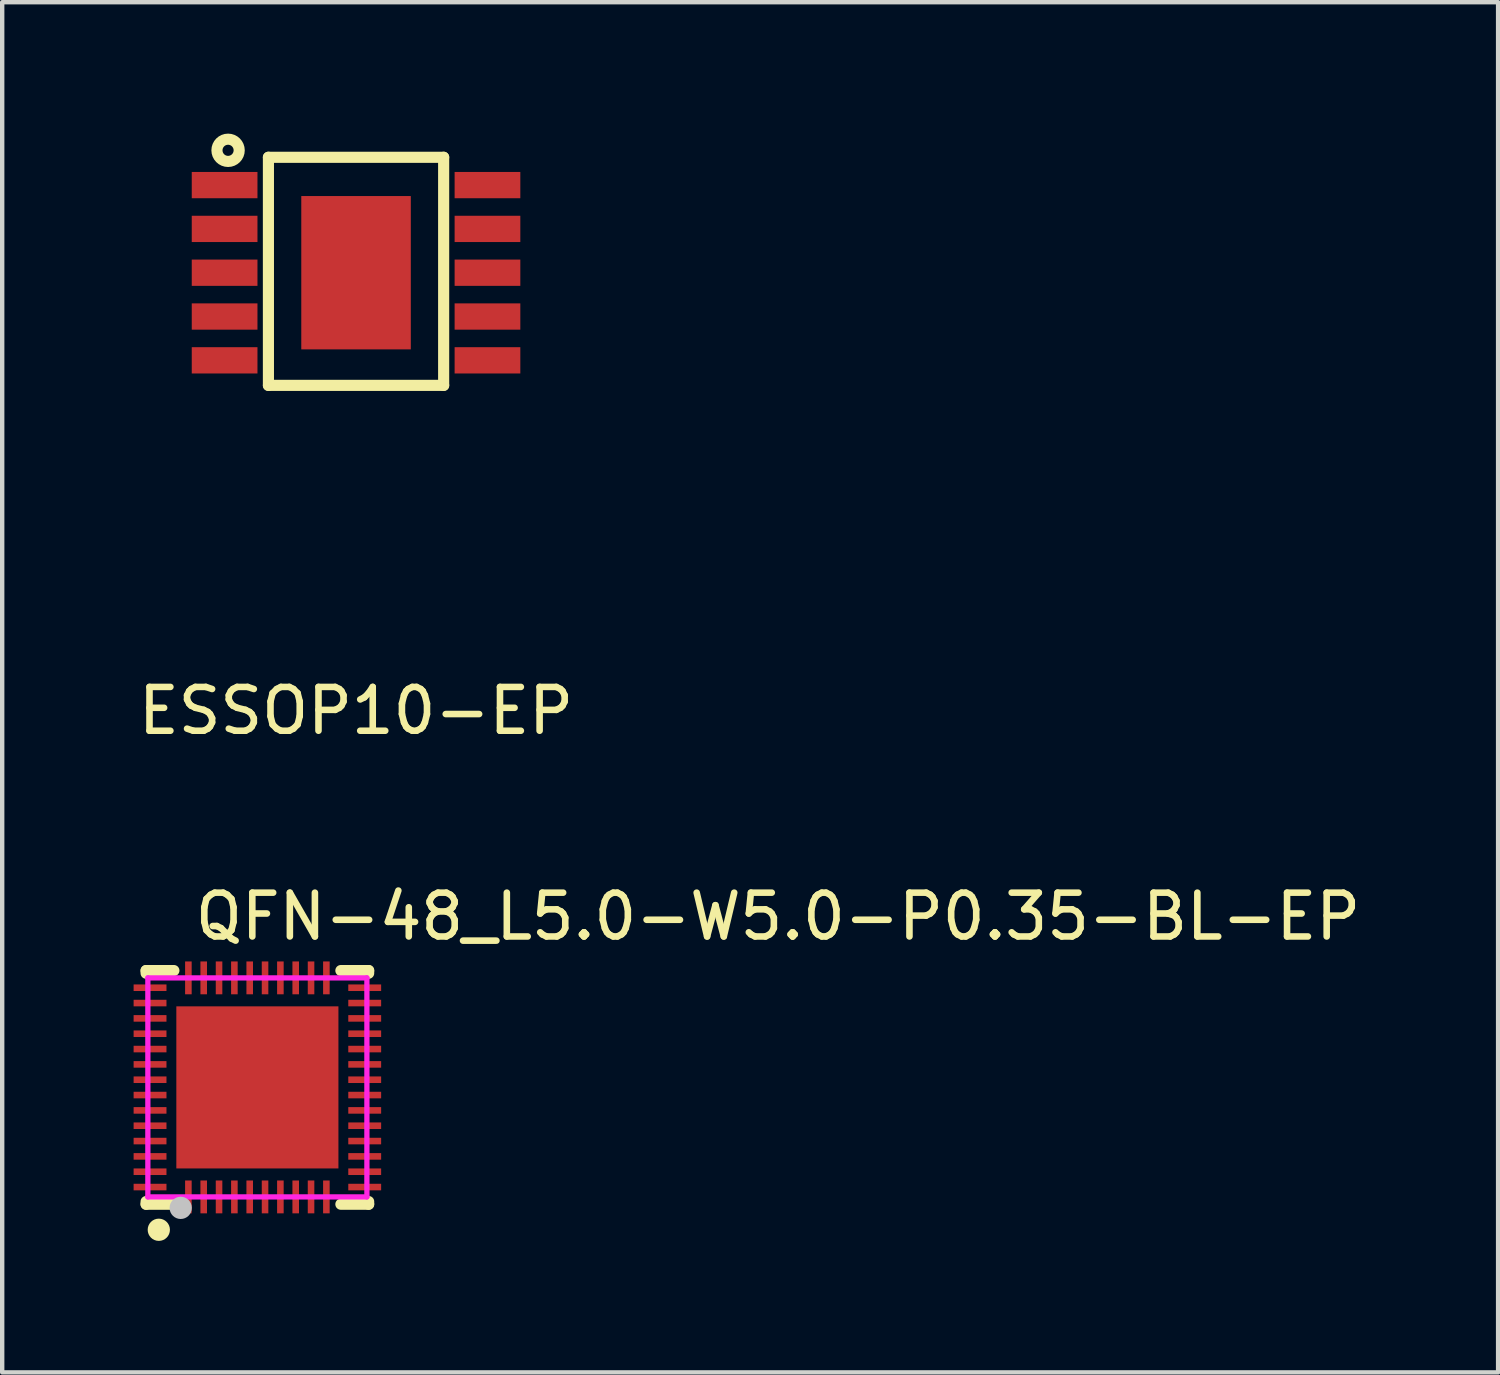
<source format=kicad_pcb>
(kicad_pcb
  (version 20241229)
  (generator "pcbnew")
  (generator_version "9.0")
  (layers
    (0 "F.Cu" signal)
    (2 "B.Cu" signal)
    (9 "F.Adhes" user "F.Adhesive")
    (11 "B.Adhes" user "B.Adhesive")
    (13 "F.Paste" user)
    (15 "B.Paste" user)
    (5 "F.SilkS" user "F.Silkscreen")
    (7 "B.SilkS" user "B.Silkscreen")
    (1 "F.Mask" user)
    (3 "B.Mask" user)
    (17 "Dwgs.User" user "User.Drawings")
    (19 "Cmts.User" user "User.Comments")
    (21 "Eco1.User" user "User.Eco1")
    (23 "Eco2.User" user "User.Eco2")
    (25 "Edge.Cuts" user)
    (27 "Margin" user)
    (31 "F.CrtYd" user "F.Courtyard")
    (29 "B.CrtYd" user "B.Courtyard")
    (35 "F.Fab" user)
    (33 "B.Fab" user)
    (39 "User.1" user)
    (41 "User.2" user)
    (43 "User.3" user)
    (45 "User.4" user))
  (footprint "QFN-48_L5.0-W5.0-P0.35-BL-EP"
    (layer "F.Cu")
    (at 2.825 21.771)
    (property "Reference" "QFN-48_L5.0-W5.0-P0.35-BL-EP" (at -1.5 -3.9 0) (layer "F.SilkS") (effects (font (size 1 1) (thickness 0.15)) (justify left)))
    (attr through_hole)
    (fp_line (start -2.54 -2.667) (end -2.54 -2.606) (stroke (width 0.254) (type solid)) (layer "F.SilkS"))
    (fp_line (start -2.54 2.606) (end -2.54 2.667) (stroke (width 0.254) (type solid)) (layer "F.SilkS"))
    (fp_line (start -2.54 2.667) (end -1.906 2.667) (stroke (width 0.254) (type solid)) (layer "F.SilkS"))
    (fp_line (start -1.906 -2.667) (end -2.54 -2.667) (stroke (width 0.254) (type solid)) (layer "F.SilkS"))
    (fp_line (start 1.906 2.667) (end 2.54 2.667) (stroke (width 0.254) (type solid)) (layer "F.SilkS"))
    (fp_line (start 2.54 -2.667) (end 1.906 -2.667) (stroke (width 0.254) (type solid)) (layer "F.SilkS"))
    (fp_line (start 2.54 -2.606) (end 2.54 -2.667) (stroke (width 0.254) (type solid)) (layer "F.SilkS"))
    (fp_line (start 2.54 2.667) (end 2.54 2.606) (stroke (width 0.254) (type solid)) (layer "F.SilkS"))
    (fp_circle (center -2.25 3.25) (end -2.123 3.25) (stroke (width 0.254) (type solid)) (fill no) (layer "F.SilkS"))
    (fp_circle (center -1.75 2.75) (end -1.623 2.75) (stroke (width 0.254) (type solid)) (fill no) (layer "Dwgs.User"))
    (fp_circle (center -2.5 2.5) (end -2.47 2.5) (stroke (width 0.06) (type solid)) (fill no) (layer "Eco2.User"))
    (fp_poly (pts (xy -2.5 -2.375) (xy -2.1 -2.375) (xy -2.1 -2.175) (xy -2.5 -2.175)) (stroke (width 0.12) (type solid)) (fill no) (layer "Eco2.User"))
    (fp_poly (pts (xy -2.5 -2.025) (xy -2.1 -2.025) (xy -2.1 -1.825) (xy -2.5 -1.825)) (stroke (width 0.12) (type solid)) (fill no) (layer "Eco2.User"))
    (fp_poly (pts (xy -2.5 -1.675) (xy -2.1 -1.675) (xy -2.1 -1.475) (xy -2.5 -1.475)) (stroke (width 0.12) (type solid)) (fill no) (layer "Eco2.User"))
    (fp_poly (pts (xy -2.5 -1.325) (xy -2.1 -1.325) (xy -2.1 -1.125) (xy -2.5 -1.125)) (stroke (width 0.12) (type solid)) (fill no) (layer "Eco2.User"))
    (fp_poly (pts (xy -2.5 -0.975) (xy -2.1 -0.975) (xy -2.1 -0.775) (xy -2.5 -0.775)) (stroke (width 0.12) (type solid)) (fill no) (layer "Eco2.User"))
    (fp_poly (pts (xy -2.5 -0.625) (xy -2.1 -0.625) (xy -2.1 -0.425) (xy -2.5 -0.425)) (stroke (width 0.12) (type solid)) (fill no) (layer "Eco2.User"))
    (fp_poly (pts (xy -2.5 -0.275) (xy -2.1 -0.275) (xy -2.1 -0.075) (xy -2.5 -0.075)) (stroke (width 0.12) (type solid)) (fill no) (layer "Eco2.User"))
    (fp_poly (pts (xy -2.5 0.075) (xy -2.1 0.075) (xy -2.1 0.275) (xy -2.5 0.275)) (stroke (width 0.12) (type solid)) (fill no) (layer "Eco2.User"))
    (fp_poly (pts (xy -2.5 0.425) (xy -2.1 0.425) (xy -2.1 0.625) (xy -2.5 0.625)) (stroke (width 0.12) (type solid)) (fill no) (layer "Eco2.User"))
    (fp_poly (pts (xy -2.5 0.775) (xy -2.1 0.775) (xy -2.1 0.975) (xy -2.5 0.975)) (stroke (width 0.12) (type solid)) (fill no) (layer "Eco2.User"))
    (fp_poly (pts (xy -2.5 1.125) (xy -2.1 1.125) (xy -2.1 1.325) (xy -2.5 1.325)) (stroke (width 0.12) (type solid)) (fill no) (layer "Eco2.User"))
    (fp_poly (pts (xy -2.5 1.475) (xy -2.1 1.475) (xy -2.1 1.675) (xy -2.5 1.675)) (stroke (width 0.12) (type solid)) (fill no) (layer "Eco2.User"))
    (fp_poly (pts (xy -2.5 1.825) (xy -2.1 1.825) (xy -2.1 2.025) (xy -2.5 2.025)) (stroke (width 0.12) (type solid)) (fill no) (layer "Eco2.User"))
    (fp_poly (pts (xy -2.5 2.175) (xy -2.1 2.175) (xy -2.1 2.375) (xy -2.5 2.375)) (stroke (width 0.12) (type solid)) (fill no) (layer "Eco2.User"))
    (fp_poly (pts (xy -1.675 -2.1) (xy -1.675 -2.5) (xy -1.475 -2.5) (xy -1.475 -2.1)) (stroke (width 0.12) (type solid)) (fill no) (layer "Eco2.User"))
    (fp_poly (pts (xy -1.475 2.1) (xy -1.475 2.5) (xy -1.675 2.5) (xy -1.675 2.1)) (stroke (width 0.12) (type solid)) (fill no) (layer "Eco2.User"))
    (fp_poly (pts (xy -1.325 -2.1) (xy -1.325 -2.5) (xy -1.125 -2.5) (xy -1.125 -2.1)) (stroke (width 0.12) (type solid)) (fill no) (layer "Eco2.User"))
    (fp_poly (pts (xy -1.125 2.1) (xy -1.125 2.5) (xy -1.325 2.5) (xy -1.325 2.1)) (stroke (width 0.12) (type solid)) (fill no) (layer "Eco2.User"))
    (fp_poly (pts (xy -0.975 -2.1) (xy -0.975 -2.5) (xy -0.775 -2.5) (xy -0.775 -2.1)) (stroke (width 0.12) (type solid)) (fill no) (layer "Eco2.User"))
    (fp_poly (pts (xy -0.775 2.1) (xy -0.775 2.5) (xy -0.975 2.5) (xy -0.975 2.1)) (stroke (width 0.12) (type solid)) (fill no) (layer "Eco2.User"))
    (fp_poly (pts (xy -0.625 -2.1) (xy -0.625 -2.5) (xy -0.425 -2.5) (xy -0.425 -2.1)) (stroke (width 0.12) (type solid)) (fill no) (layer "Eco2.User"))
    (fp_poly (pts (xy -0.425 2.1) (xy -0.425 2.5) (xy -0.625 2.5) (xy -0.625 2.1)) (stroke (width 0.12) (type solid)) (fill no) (layer "Eco2.User"))
    (fp_poly (pts (xy -0.275 -2.1) (xy -0.275 -2.5) (xy -0.075 -2.5) (xy -0.075 -2.1)) (stroke (width 0.12) (type solid)) (fill no) (layer "Eco2.User"))
    (fp_poly (pts (xy -0.075 2.1) (xy -0.075 2.5) (xy -0.275 2.5) (xy -0.275 2.1)) (stroke (width 0.12) (type solid)) (fill no) (layer "Eco2.User"))
    (fp_poly (pts (xy 0.075 -2.1) (xy 0.075 -2.5) (xy 0.275 -2.5) (xy 0.275 -2.1)) (stroke (width 0.12) (type solid)) (fill no) (layer "Eco2.User"))
    (fp_poly (pts (xy 0.275 2.1) (xy 0.275 2.5) (xy 0.075 2.5) (xy 0.075 2.1)) (stroke (width 0.12) (type solid)) (fill no) (layer "Eco2.User"))
    (fp_poly (pts (xy 0.425 -2.1) (xy 0.425 -2.5) (xy 0.625 -2.5) (xy 0.625 -2.1)) (stroke (width 0.12) (type solid)) (fill no) (layer "Eco2.User"))
    (fp_poly (pts (xy 0.625 2.1) (xy 0.625 2.5) (xy 0.425 2.5) (xy 0.425 2.1)) (stroke (width 0.12) (type solid)) (fill no) (layer "Eco2.User"))
    (fp_poly (pts (xy 0.775 -2.1) (xy 0.775 -2.5) (xy 0.975 -2.5) (xy 0.975 -2.1)) (stroke (width 0.12) (type solid)) (fill no) (layer "Eco2.User"))
    (fp_poly (pts (xy 0.975 2.1) (xy 0.975 2.5) (xy 0.775 2.5) (xy 0.775 2.1)) (stroke (width 0.12) (type solid)) (fill no) (layer "Eco2.User"))
    (fp_poly (pts (xy 1.125 -2.1) (xy 1.125 -2.5) (xy 1.325 -2.5) (xy 1.325 -2.1)) (stroke (width 0.12) (type solid)) (fill no) (layer "Eco2.User"))
    (fp_poly (pts (xy 1.325 2.1) (xy 1.325 2.5) (xy 1.125 2.5) (xy 1.125 2.1)) (stroke (width 0.12) (type solid)) (fill no) (layer "Eco2.User"))
    (fp_poly (pts (xy 1.475 -2.1) (xy 1.475 -2.5) (xy 1.675 -2.5) (xy 1.675 -2.1)) (stroke (width 0.12) (type solid)) (fill no) (layer "Eco2.User"))
    (fp_poly (pts (xy 1.665 1.665) (xy -1.665 1.665) (xy -1.665 -1.665) (xy 1.665 -1.665)) (stroke (width 0.12) (type solid)) (fill no) (layer "Eco2.User"))
    (fp_poly (pts (xy 1.675 2.1) (xy 1.675 2.5) (xy 1.475 2.5) (xy 1.475 2.1)) (stroke (width 0.12) (type solid)) (fill no) (layer "Eco2.User"))
    (fp_poly (pts (xy 2.5 -2.175) (xy 2.1 -2.175) (xy 2.1 -2.375) (xy 2.5 -2.375)) (stroke (width 0.12) (type solid)) (fill no) (layer "Eco2.User"))
    (fp_poly (pts (xy 2.5 -1.825) (xy 2.1 -1.825) (xy 2.1 -2.025) (xy 2.5 -2.025)) (stroke (width 0.12) (type solid)) (fill no) (layer "Eco2.User"))
    (fp_poly (pts (xy 2.5 -1.475) (xy 2.1 -1.475) (xy 2.1 -1.675) (xy 2.5 -1.675)) (stroke (width 0.12) (type solid)) (fill no) (layer "Eco2.User"))
    (fp_poly (pts (xy 2.5 -1.125) (xy 2.1 -1.125) (xy 2.1 -1.325) (xy 2.5 -1.325)) (stroke (width 0.12) (type solid)) (fill no) (layer "Eco2.User"))
    (fp_poly (pts (xy 2.5 -0.775) (xy 2.1 -0.775) (xy 2.1 -0.975) (xy 2.5 -0.975)) (stroke (width 0.12) (type solid)) (fill no) (layer "Eco2.User"))
    (fp_poly (pts (xy 2.5 -0.425) (xy 2.1 -0.425) (xy 2.1 -0.625) (xy 2.5 -0.625)) (stroke (width 0.12) (type solid)) (fill no) (layer "Eco2.User"))
    (fp_poly (pts (xy 2.5 -0.075) (xy 2.1 -0.075) (xy 2.1 -0.275) (xy 2.5 -0.275)) (stroke (width 0.12) (type solid)) (fill no) (layer "Eco2.User"))
    (fp_poly (pts (xy 2.5 0.275) (xy 2.1 0.275) (xy 2.1 0.075) (xy 2.5 0.075)) (stroke (width 0.12) (type solid)) (fill no) (layer "Eco2.User"))
    (fp_poly (pts (xy 2.5 0.625) (xy 2.1 0.625) (xy 2.1 0.425) (xy 2.5 0.425)) (stroke (width 0.12) (type solid)) (fill no) (layer "Eco2.User"))
    (fp_poly (pts (xy 2.5 0.975) (xy 2.1 0.975) (xy 2.1 0.775) (xy 2.5 0.775)) (stroke (width 0.12) (type solid)) (fill no) (layer "Eco2.User"))
    (fp_poly (pts (xy 2.5 1.325) (xy 2.1 1.325) (xy 2.1 1.125) (xy 2.5 1.125)) (stroke (width 0.12) (type solid)) (fill no) (layer "Eco2.User"))
    (fp_poly (pts (xy 2.5 1.675) (xy 2.1 1.675) (xy 2.1 1.475) (xy 2.5 1.475)) (stroke (width 0.12) (type solid)) (fill no) (layer "Eco2.User"))
    (fp_poly (pts (xy 2.5 2.025) (xy 2.1 2.025) (xy 2.1 1.825) (xy 2.5 1.825)) (stroke (width 0.12) (type solid)) (fill no) (layer "Eco2.User"))
    (fp_poly (pts (xy 2.5 2.375) (xy 2.1 2.375) (xy 2.1 2.175) (xy 2.5 2.175)) (stroke (width 0.12) (type solid)) (fill no) (layer "Eco2.User"))
    (fp_line (start -2.5 -2.5) (end 2.5 -2.5) (stroke (width 0.12) (type solid)) (layer "F.CrtYd"))
    (fp_line (start -2.5 2.5) (end -2.5 -2.5) (stroke (width 0.12) (type solid)) (layer "F.CrtYd"))
    (fp_line (start 2.5 -2.5) (end 2.5 2.5) (stroke (width 0.12) (type solid)) (layer "F.CrtYd"))
    (fp_line (start 2.5 2.5) (end -2.5 2.5) (stroke (width 0.12) (type solid)) (layer "F.CrtYd"))
    (pad "1" smd rect (at -1.575 2.5) (size 0.15 0.75) (layers "F.Cu" "F.Mask" "F.Paste"))
    (pad "2" smd rect (at -1.225 2.5) (size 0.15 0.75) (layers "F.Cu" "F.Mask" "F.Paste"))
    (pad "3" smd rect (at -0.875 2.5) (size 0.15 0.75) (layers "F.Cu" "F.Mask" "F.Paste"))
    (pad "4" smd rect (at -0.525 2.5) (size 0.15 0.75) (layers "F.Cu" "F.Mask" "F.Paste"))
    (pad "5" smd rect (at -0.175 2.5) (size 0.15 0.75) (layers "F.Cu" "F.Mask" "F.Paste"))
    (pad "6" smd rect (at 0.175 2.5) (size 0.15 0.75) (layers "F.Cu" "F.Mask" "F.Paste"))
    (pad "7" smd rect (at 0.525 2.5) (size 0.15 0.75) (layers "F.Cu" "F.Mask" "F.Paste"))
    (pad "8" smd rect (at 0.875 2.5) (size 0.15 0.75) (layers "F.Cu" "F.Mask" "F.Paste"))
    (pad "9" smd rect (at 1.225 2.5) (size 0.15 0.75) (layers "F.Cu" "F.Mask" "F.Paste"))
    (pad "10" smd rect (at 1.575 2.5) (size 0.15 0.75) (layers "F.Cu" "F.Mask" "F.Paste"))
    (pad "11" smd rect (at 2.45 2.275) (size 0.75 0.15) (layers "F.Cu" "F.Mask" "F.Paste"))
    (pad "12" smd rect (at 2.45 1.925) (size 0.75 0.15) (layers "F.Cu" "F.Mask" "F.Paste"))
    (pad "13" smd rect (at 2.45 1.575) (size 0.75 0.15) (layers "F.Cu" "F.Mask" "F.Paste"))
    (pad "14" smd rect (at 2.45 1.225) (size 0.75 0.15) (layers "F.Cu" "F.Mask" "F.Paste"))
    (pad "15" smd rect (at 2.45 0.875) (size 0.75 0.15) (layers "F.Cu" "F.Mask" "F.Paste"))
    (pad "16" smd rect (at 2.45 0.525) (size 0.75 0.15) (layers "F.Cu" "F.Mask" "F.Paste"))
    (pad "17" smd rect (at 2.45 0.175) (size 0.75 0.15) (layers "F.Cu" "F.Mask" "F.Paste"))
    (pad "18" smd rect (at 2.45 -0.175) (size 0.75 0.15) (layers "F.Cu" "F.Mask" "F.Paste"))
    (pad "19" smd rect (at 2.45 -0.525) (size 0.75 0.15) (layers "F.Cu" "F.Mask" "F.Paste"))
    (pad "20" smd rect (at 2.45 -0.875) (size 0.75 0.15) (layers "F.Cu" "F.Mask" "F.Paste"))
    (pad "21" smd rect (at 2.45 -1.225) (size 0.75 0.15) (layers "F.Cu" "F.Mask" "F.Paste"))
    (pad "22" smd rect (at 2.45 -1.575) (size 0.75 0.15) (layers "F.Cu" "F.Mask" "F.Paste"))
    (pad "23" smd rect (at 2.45 -1.925) (size 0.75 0.15) (layers "F.Cu" "F.Mask" "F.Paste"))
    (pad "24" smd rect (at 2.45 -2.275) (size 0.75 0.15) (layers "F.Cu" "F.Mask" "F.Paste"))
    (pad "25" smd rect (at 1.575 -2.5) (size 0.15 0.75) (layers "F.Cu" "F.Mask" "F.Paste"))
    (pad "26" smd rect (at 1.225 -2.5) (size 0.15 0.75) (layers "F.Cu" "F.Mask" "F.Paste"))
    (pad "27" smd rect (at 0.875 -2.5) (size 0.15 0.75) (layers "F.Cu" "F.Mask" "F.Paste"))
    (pad "28" smd rect (at 0.525 -2.5) (size 0.15 0.75) (layers "F.Cu" "F.Mask" "F.Paste"))
    (pad "29" smd rect (at 0.175 -2.5) (size 0.15 0.75) (layers "F.Cu" "F.Mask" "F.Paste"))
    (pad "30" smd rect (at -0.175 -2.5) (size 0.15 0.75) (layers "F.Cu" "F.Mask" "F.Paste"))
    (pad "31" smd rect (at -0.525 -2.5) (size 0.15 0.75) (layers "F.Cu" "F.Mask" "F.Paste"))
    (pad "32" smd rect (at -0.875 -2.5) (size 0.15 0.75) (layers "F.Cu" "F.Mask" "F.Paste"))
    (pad "33" smd rect (at -1.225 -2.5) (size 0.15 0.75) (layers "F.Cu" "F.Mask" "F.Paste"))
    (pad "34" smd rect (at -1.575 -2.5) (size 0.15 0.75) (layers "F.Cu" "F.Mask" "F.Paste"))
    (pad "35" smd rect (at -2.45 -2.275) (size 0.75 0.15) (layers "F.Cu" "F.Mask" "F.Paste"))
    (pad "36" smd rect (at -2.45 -1.925) (size 0.75 0.15) (layers "F.Cu" "F.Mask" "F.Paste"))
    (pad "37" smd rect (at -2.45 -1.575) (size 0.75 0.15) (layers "F.Cu" "F.Mask" "F.Paste"))
    (pad "38" smd rect (at -2.45 -1.225) (size 0.75 0.15) (layers "F.Cu" "F.Mask" "F.Paste"))
    (pad "39" smd rect (at -2.45 -0.875) (size 0.75 0.15) (layers "F.Cu" "F.Mask" "F.Paste"))
    (pad "40" smd rect (at -2.45 -0.525) (size 0.75 0.15) (layers "F.Cu" "F.Mask" "F.Paste"))
    (pad "41" smd rect (at -2.45 -0.175) (size 0.75 0.15) (layers "F.Cu" "F.Mask" "F.Paste"))
    (pad "42" smd rect (at -2.45 0.175) (size 0.75 0.15) (layers "F.Cu" "F.Mask" "F.Paste"))
    (pad "43" smd rect (at -2.45 0.525) (size 0.75 0.15) (layers "F.Cu" "F.Mask" "F.Paste"))
    (pad "44" smd rect (at -2.45 0.875) (size 0.75 0.15) (layers "F.Cu" "F.Mask" "F.Paste"))
    (pad "45" smd rect (at -2.45 1.225) (size 0.75 0.15) (layers "F.Cu" "F.Mask" "F.Paste"))
    (pad "46" smd rect (at -2.45 1.575) (size 0.75 0.15) (layers "F.Cu" "F.Mask" "F.Paste"))
    (pad "47" smd rect (at -2.45 1.925) (size 0.75 0.15) (layers "F.Cu" "F.Mask" "F.Paste"))
    (pad "48" smd rect (at -2.45 2.275) (size 0.75 0.15) (layers "F.Cu" "F.Mask" "F.Paste"))
    (pad "49" smd rect (at 0 0 180) (size 3.7 3.7) (layers "F.Cu" "F.Mask" "F.Paste")))
  (footprint "ESSOP10-EP"
    (layer "F.Cu")
    (at 5.077 3.175)
    (property "Reference" "ESSOP10-EP" (at 0 10 0) (layer "F.SilkS") (effects (font (size 1 1) (thickness 0.15))))
    (attr through_hole)
    (fp_line (start -2 -2.635) (end 2 -2.635) (stroke (width 0.254) (type solid)) (layer "F.SilkS"))
    (fp_line (start -2 2.572) (end -2 -2.635) (stroke (width 0.254) (type solid)) (layer "F.SilkS"))
    (fp_line (start 2 -2.635) (end 2 2.572) (stroke (width 0.254) (type solid)) (layer "F.SilkS"))
    (fp_line (start 2 2.572) (end -2 2.572) (stroke (width 0.254) (type solid)) (layer "F.SilkS"))
    (fp_circle (center -2.921 -2.794) (end -2.921 -2.54) (stroke (width 0.254) (type solid)) (fill no) (layer "F.SilkS"))
    (pad "0" smd rect (at 0.000127 0) (size 2.5 3.5) (layers "F.Cu" "F.Mask" "F.Paste"))
    (pad "1" smd rect (at -3 -2) (size 1.5 0.6) (layers "F.Cu" "F.Mask" "F.Paste"))
    (pad "2" smd rect (at -3 -1) (size 1.5 0.6) (layers "F.Cu" "F.Mask" "F.Paste"))
    (pad "3" smd rect (at -3 0) (size 1.5 0.6) (layers "F.Cu" "F.Mask" "F.Paste"))
    (pad "4" smd rect (at -3 1) (size 1.5 0.6) (layers "F.Cu" "F.Mask" "F.Paste"))
    (pad "5" smd rect (at -3 2) (size 1.5 0.6) (layers "F.Cu" "F.Mask" "F.Paste"))
    (pad "6" smd rect (at 3 2) (size 1.5 0.6) (layers "F.Cu" "F.Mask" "F.Paste"))
    (pad "7" smd rect (at 3 1) (size 1.5 0.6) (layers "F.Cu" "F.Mask" "F.Paste"))
    (pad "8" smd rect (at 3 0) (size 1.5 0.6) (layers "F.Cu" "F.Mask" "F.Paste"))
    (pad "9" smd rect (at 3 -1) (size 1.5 0.6) (layers "F.Cu" "F.Mask" "F.Paste"))
    (pad "10" smd rect (at 3 -2) (size 1.5 0.6) (layers "F.Cu" "F.Mask" "F.Paste")))
  (gr_rect
    (start -3 -3)
    (end 31.146 28.276)
    (stroke (width 0.1) (type default))
    (fill no)
    (layer "Edge.Cuts")))
</source>
